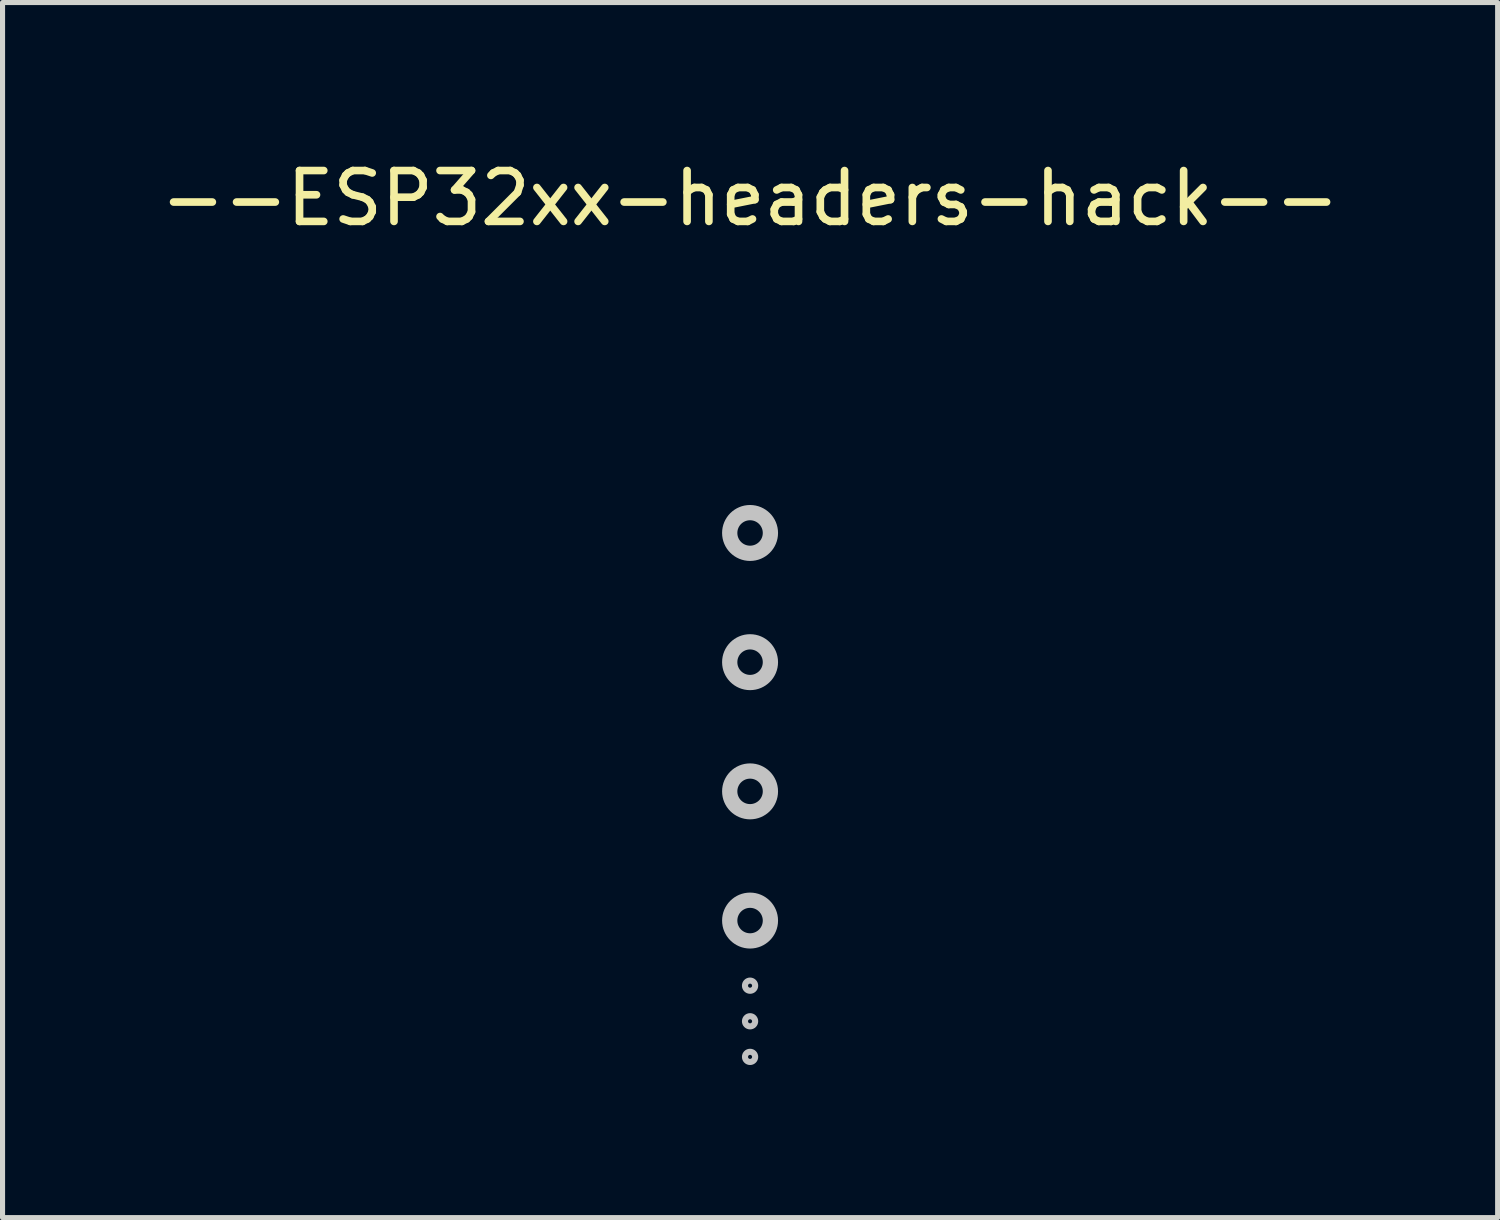
<source format=kicad_pcb>
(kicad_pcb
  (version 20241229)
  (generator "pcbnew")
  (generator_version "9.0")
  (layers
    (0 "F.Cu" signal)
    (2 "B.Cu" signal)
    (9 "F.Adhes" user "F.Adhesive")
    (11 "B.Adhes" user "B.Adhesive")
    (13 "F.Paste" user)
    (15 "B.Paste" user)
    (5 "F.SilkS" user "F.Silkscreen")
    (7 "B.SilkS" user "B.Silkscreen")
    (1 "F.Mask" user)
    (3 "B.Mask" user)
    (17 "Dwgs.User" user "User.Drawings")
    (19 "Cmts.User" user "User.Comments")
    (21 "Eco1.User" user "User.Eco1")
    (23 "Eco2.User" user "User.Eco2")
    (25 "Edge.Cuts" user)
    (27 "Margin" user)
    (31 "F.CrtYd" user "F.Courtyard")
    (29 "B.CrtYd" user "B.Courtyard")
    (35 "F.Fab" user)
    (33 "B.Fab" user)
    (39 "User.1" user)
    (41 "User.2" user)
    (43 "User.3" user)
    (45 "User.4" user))
  (footprint "--ESP32xx-headers-hack--"
    (layer "F.Cu")
    (at 11.696 7.428)
    (property "Reference" "--ESP32xx-headers-hack--" (at 0 -6.58 0) (unlocked yes) (layer "F.SilkS") (effects (font (size 1 1) (thickness 0.15))))
    (attr through_hole)
    (fp_circle (center 0 0) (end 0.4 0) (stroke (width 0.3) (type solid)) (fill no) (layer "Dwgs.User"))
    (fp_circle (center 0 2.54) (end 0.4 2.54) (stroke (width 0.3) (type solid)) (fill no) (layer "Dwgs.User"))
    (fp_circle (center 0 5.08) (end 0.4 5.08) (stroke (width 0.3) (type solid)) (fill no) (layer "Dwgs.User"))
    (fp_circle (center 0 7.62) (end 0.4 7.62) (stroke (width 0.3) (type solid)) (fill no) (layer "Dwgs.User"))
    (fp_circle (center 0 8.9) (end 0.1 8.9) (stroke (width 0.12) (type solid)) (fill no) (layer "Dwgs.User"))
    (fp_circle (center 0 9.6) (end 0.1 9.6) (stroke (width 0.12) (type solid)) (fill no) (layer "Dwgs.User"))
    (fp_circle (center 0 10.3) (end 0.1 10.3) (stroke (width 0.12) (type solid)) (fill no) (layer "Dwgs.User")))
  (gr_rect
    (start -3 -3)
    (end 26.393 20.888)
    (stroke (width 0.1) (type default))
    (fill no)
    (layer "Edge.Cuts")))
</source>
